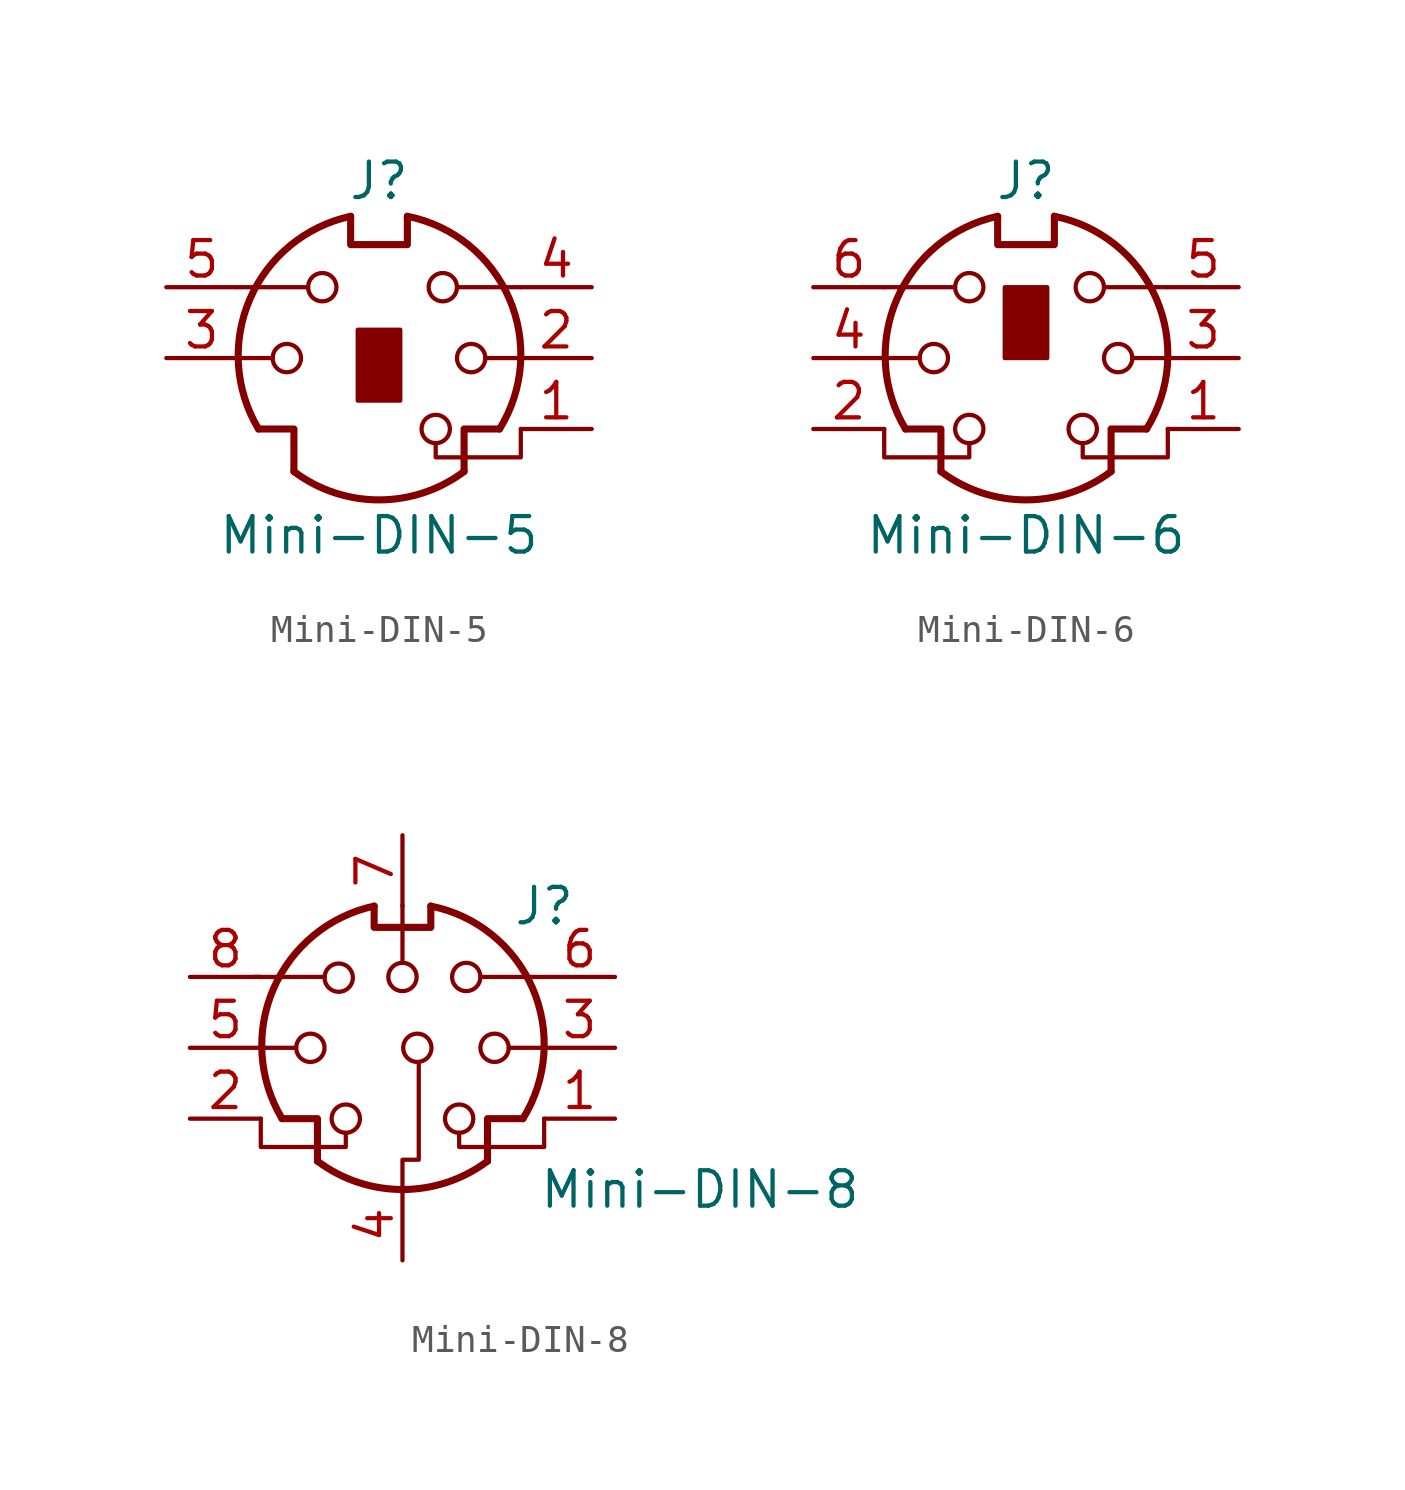
<source format=kicad_sym>
(kicad_symbol_lib
  (version 20241209)
  (generator "kicad_symbol_editor")
  (generator_version "9.0")
  (symbol "Mini-DIN-5"
    (pin_names
      (offset 1.016))
    (property "Reference" "J"
      (at 0 6.35 0)
      (effects (font (size 1.27 1.27))))
    (property "Value" "Mini-DIN-5"
      (at 0 -6.35 0)
      (effects (font (size 1.27 1.27))))
    (symbol "Mini-DIN-5_0_1"
      (polyline (pts (xy -4.318 -2.54) (xy -3.048 -2.54) (xy -3.048 -4.064)) (stroke (width 0.254) (type default)) (fill (type none)))
      (polyline (pts (xy -3.81 0) (xy -5.08 0)) (stroke (width 0) (type default)) (fill (type none)))
      (circle (center -3.302 0) (radius 0.508) (stroke (width 0) (type default)) (fill (type none)))
      (polyline (pts (xy -2.54 2.54) (xy -5.08 2.54)) (stroke (width 0) (type default)) (fill (type none)))
      (circle (center -2.032 2.54) (radius 0.508) (stroke (width 0) (type default)) (fill (type none)))
      (polyline (pts (xy -1.016 5.08) (xy -1.016 4.064) (xy 1.016 4.064) (xy 1.016 5.08)) (stroke (width 0.254) (type default)) (fill (type none)))
      (rectangle (start -0.762 1.016) (end 0.762 -1.524) (stroke (width 0) (type default)) (fill (type outline)))
      (arc (start 3.048 -4.064) (mid 0 -5.08) (end -3.048 -4.064) (stroke (width 0.254) (type default)) (fill (type none)))
      (arc (start 1.016 5.08) (mid 4.6646 2.1356) (end 4.318 -2.54) (stroke (width 0.254) (type default)) (fill (type none)))
      (arc (start -4.318 -2.54) (mid -4.6241 2.1181) (end -1.016 5.08) (stroke (width 0.254) (type default)) (fill (type none)))
      (circle (center 2.032 -2.54) (radius 0.508) (stroke (width 0) (type default)) (fill (type none)))
      (polyline (pts (xy 2.032 -3.048) (xy 2.032 -3.556) (xy 5.08 -3.556) (xy 5.08 -2.54)) (stroke (width 0) (type default)) (fill (type none)))
      (circle (center 2.286 2.54) (radius 0.508) (stroke (width 0) (type default)) (fill (type none)))
      (polyline (pts (xy 2.794 2.54) (xy 5.08 2.54)) (stroke (width 0) (type default)) (fill (type none)))
      (circle (center 3.302 0) (radius 0.508) (stroke (width 0) (type default)) (fill (type none)))
      (polyline (pts (xy 4.318 -2.54) (xy 3.048 -2.54) (xy 3.048 -4.064)) (stroke (width 0.254) (type default)) (fill (type none)))
      (polyline (pts (xy 5.08 0) (xy 3.81 0)) (stroke (width 0) (type default)) (fill (type none))))
    (symbol "Mini-DIN-5_1_1"
      (pin passive line (at -7.62 2.54 0) (length 2.54) (name "~" (effects (font (size 1.27 1.27)))) (number "5" (effects (font (size 1.27 1.27)))))
      (pin passive line (at -7.62 0 0) (length 2.54) (name "~" (effects (font (size 1.27 1.27)))) (number "3" (effects (font (size 1.27 1.27)))))
      (pin passive line (at 7.62 2.54 180) (length 2.54) (name "~" (effects (font (size 1.27 1.27)))) (number "4" (effects (font (size 1.27 1.27)))))
      (pin passive line (at 7.62 0 180) (length 2.54) (name "~" (effects (font (size 1.27 1.27)))) (number "2" (effects (font (size 1.27 1.27)))))
      (pin passive line (at 7.62 -2.54 180) (length 2.54) (name "~" (effects (font (size 1.27 1.27)))) (number "1" (effects (font (size 1.27 1.27)))))))
  (symbol "Mini-DIN-6"
    (pin_names
      (offset 1.016))
    (property "Reference" "J"
      (at 0 6.35 0)
      (effects (font (size 1.27 1.27))))
    (property "Value" "Mini-DIN-6"
      (at 0 -6.35 0)
      (effects (font (size 1.27 1.27))))
    (symbol "Mini-DIN-6_0_1"
      (polyline (pts (xy -4.318 -2.54) (xy -3.048 -2.54) (xy -3.048 -4.064)) (stroke (width 0.254) (type default)) (fill (type none)))
      (polyline (pts (xy -3.81 0) (xy -5.08 0)) (stroke (width 0) (type default)) (fill (type none)))
      (circle (center -3.302 0) (radius 0.508) (stroke (width 0) (type default)) (fill (type none)))
      (polyline (pts (xy -2.54 2.54) (xy -5.08 2.54)) (stroke (width 0) (type default)) (fill (type none)))
      (circle (center -2.032 2.54) (radius 0.508) (stroke (width 0) (type default)) (fill (type none)))
      (circle (center -2.032 -2.54) (radius 0.508) (stroke (width 0) (type default)) (fill (type none)))
      (polyline (pts (xy -2.032 -3.048) (xy -2.032 -3.556) (xy -5.08 -3.556) (xy -5.08 -2.54)) (stroke (width 0) (type default)) (fill (type none)))
      (polyline (pts (xy -1.016 5.08) (xy -1.016 4.064) (xy 1.016 4.064) (xy 1.016 5.08)) (stroke (width 0.254) (type default)) (fill (type none)))
      (rectangle (start -0.762 2.54) (end 0.762 0) (stroke (width 0) (type default)) (fill (type outline)))
      (arc (start 3.048 -4.064) (mid 0 -5.08) (end -3.048 -4.064) (stroke (width 0.254) (type default)) (fill (type none)))
      (arc (start 1.016 5.08) (mid 4.6646 2.1356) (end 4.318 -2.54) (stroke (width 0.254) (type default)) (fill (type none)))
      (arc (start -4.318 -2.54) (mid -4.6241 2.1181) (end -1.016 5.08) (stroke (width 0.254) (type default)) (fill (type none)))
      (circle (center 2.032 -2.54) (radius 0.508) (stroke (width 0) (type default)) (fill (type none)))
      (polyline (pts (xy 2.032 -3.048) (xy 2.032 -3.556) (xy 5.08 -3.556) (xy 5.08 -2.54)) (stroke (width 0) (type default)) (fill (type none)))
      (circle (center 2.286 2.54) (radius 0.508) (stroke (width 0) (type default)) (fill (type none)))
      (polyline (pts (xy 2.794 2.54) (xy 5.08 2.54)) (stroke (width 0) (type default)) (fill (type none)))
      (circle (center 3.302 0) (radius 0.508) (stroke (width 0) (type default)) (fill (type none)))
      (polyline (pts (xy 4.318 -2.54) (xy 3.048 -2.54) (xy 3.048 -4.064)) (stroke (width 0.254) (type default)) (fill (type none)))
      (polyline (pts (xy 5.08 0) (xy 3.81 0)) (stroke (width 0) (type default)) (fill (type none))))
    (symbol "Mini-DIN-6_1_1"
      (pin passive line (at -7.62 2.54 0) (length 2.54) (name "~" (effects (font (size 1.27 1.27)))) (number "6" (effects (font (size 1.27 1.27)))))
      (pin passive line (at -7.62 0 0) (length 2.54) (name "~" (effects (font (size 1.27 1.27)))) (number "4" (effects (font (size 1.27 1.27)))))
      (pin passive line (at -7.62 -2.54 0) (length 2.54) (name "~" (effects (font (size 1.27 1.27)))) (number "2" (effects (font (size 1.27 1.27)))))
      (pin passive line (at 7.62 2.54 180) (length 2.54) (name "~" (effects (font (size 1.27 1.27)))) (number "5" (effects (font (size 1.27 1.27)))))
      (pin passive line (at 7.62 0 180) (length 2.54) (name "~" (effects (font (size 1.27 1.27)))) (number "3" (effects (font (size 1.27 1.27)))))
      (pin passive line (at 7.62 -2.54 180) (length 2.54) (name "~" (effects (font (size 1.27 1.27)))) (number "1" (effects (font (size 1.27 1.27)))))))
  (symbol "Mini-DIN-8"
    (pin_names
      (offset 1.016))
    (property "Reference" "J"
      (at 5.08 5.08 0)
      (effects (font (size 1.27 1.27))))
    (property "Value" "Mini-DIN-8"
      (at 10.668 -5.08 0)
      (effects (font (size 1.27 1.27))))
    (symbol "Mini-DIN-8_0_1"
      (polyline (pts (xy -4.318 -2.54) (xy -3.048 -2.54) (xy -3.048 -4.064)) (stroke (width 0.254) (type default)) (fill (type none)))
      (polyline (pts (xy -3.81 0) (xy -5.08 0)) (stroke (width 0) (type default)) (fill (type none)))
      (circle (center -3.302 0) (radius 0.508) (stroke (width 0) (type default)) (fill (type none)))
      (polyline (pts (xy -2.794 2.54) (xy -5.334 2.54)) (stroke (width 0) (type default)) (fill (type none)))
      (circle (center -2.286 2.515) (radius 0.508) (stroke (width 0) (type default)) (fill (type none)))
      (circle (center -2.032 -2.54) (radius 0.508) (stroke (width 0) (type default)) (fill (type none)))
      (polyline (pts (xy -2.032 -3.048) (xy -2.032 -3.556) (xy -5.08 -3.556) (xy -5.08 -2.54)) (stroke (width 0) (type default)) (fill (type none)))
      (polyline (pts (xy -1.016 5.08) (xy -1.016 4.318) (xy 1.016 4.318) (xy 1.016 5.08)) (stroke (width 0.254) (type default)) (fill (type none)))
      (polyline (pts (xy 0 5.105) (xy 0 3.048)) (stroke (width 0) (type default)) (fill (type none)))
      (circle (center 0 2.54) (radius 0.508) (stroke (width 0) (type default)) (fill (type none)))
      (arc (start 3.048 -4.064) (mid 0 -5.08) (end -3.048 -4.064) (stroke (width 0.254) (type default)) (fill (type none)))
      (arc (start 1.016 5.08) (mid 4.6646 2.1356) (end 4.318 -2.54) (stroke (width 0.254) (type default)) (fill (type none)))
      (arc (start -4.318 -2.54) (mid -4.6241 2.1181) (end -1.016 5.08) (stroke (width 0.254) (type default)) (fill (type none)))
      (polyline (pts (xy 0.584 -0.508) (xy 0.584 -4.013) (xy 0 -4.013) (xy 0 -5.182)) (stroke (width 0) (type default)) (fill (type none)))
      (circle (center 2.032 -2.54) (radius 0.508) (stroke (width 0) (type default)) (fill (type none)))
      (polyline (pts (xy 2.032 -3.048) (xy 2.032 -3.556) (xy 5.08 -3.556) (xy 5.08 -2.54)) (stroke (width 0) (type default)) (fill (type none)))
      (circle (center 2.286 2.54) (radius 0.508) (stroke (width 0) (type default)) (fill (type none)))
      (polyline (pts (xy 2.794 2.54) (xy 5.08 2.54)) (stroke (width 0) (type default)) (fill (type none)))
      (circle (center 3.302 0) (radius 0.508) (stroke (width 0) (type default)) (fill (type none)))
      (polyline (pts (xy 4.318 -2.54) (xy 3.048 -2.54) (xy 3.048 -4.064)) (stroke (width 0.254) (type default)) (fill (type none)))
      (polyline (pts (xy 5.08 0) (xy 3.81 0)) (stroke (width 0) (type default)) (fill (type none))))
    (symbol "Mini-DIN-8_1_1"
      (circle (center 0.533 0) (radius 0.508) (stroke (width 0) (type default)) (fill (type none)))
      (pin passive line (at -7.62 2.54 0) (length 2.54) (name "~" (effects (font (size 1.27 1.27)))) (number "8" (effects (font (size 1.27 1.27)))))
      (pin passive line (at -7.62 0 0) (length 2.54) (name "~" (effects (font (size 1.27 1.27)))) (number "5" (effects (font (size 1.27 1.27)))))
      (pin passive line (at -7.62 -2.54 0) (length 2.54) (name "~" (effects (font (size 1.27 1.27)))) (number "2" (effects (font (size 1.27 1.27)))))
      (pin passive line (at 0 7.62 270) (length 2.54) (name "~" (effects (font (size 1.27 1.27)))) (number "7" (effects (font (size 1.27 1.27)))))
      (pin passive line (at 0 -7.62 90) (length 2.54) (name "~" (effects (font (size 1.27 1.27)))) (number "4" (effects (font (size 1.27 1.27)))))
      (pin passive line (at 7.62 2.54 180) (length 2.54) (name "~" (effects (font (size 1.27 1.27)))) (number "6" (effects (font (size 1.27 1.27)))))
      (pin passive line (at 7.62 0 180) (length 2.54) (name "~" (effects (font (size 1.27 1.27)))) (number "3" (effects (font (size 1.27 1.27)))))
      (pin passive line (at 7.62 -2.54 180) (length 2.54) (name "~" (effects (font (size 1.27 1.27)))) (number "1" (effects (font (size 1.27 1.27))))))))
</source>
